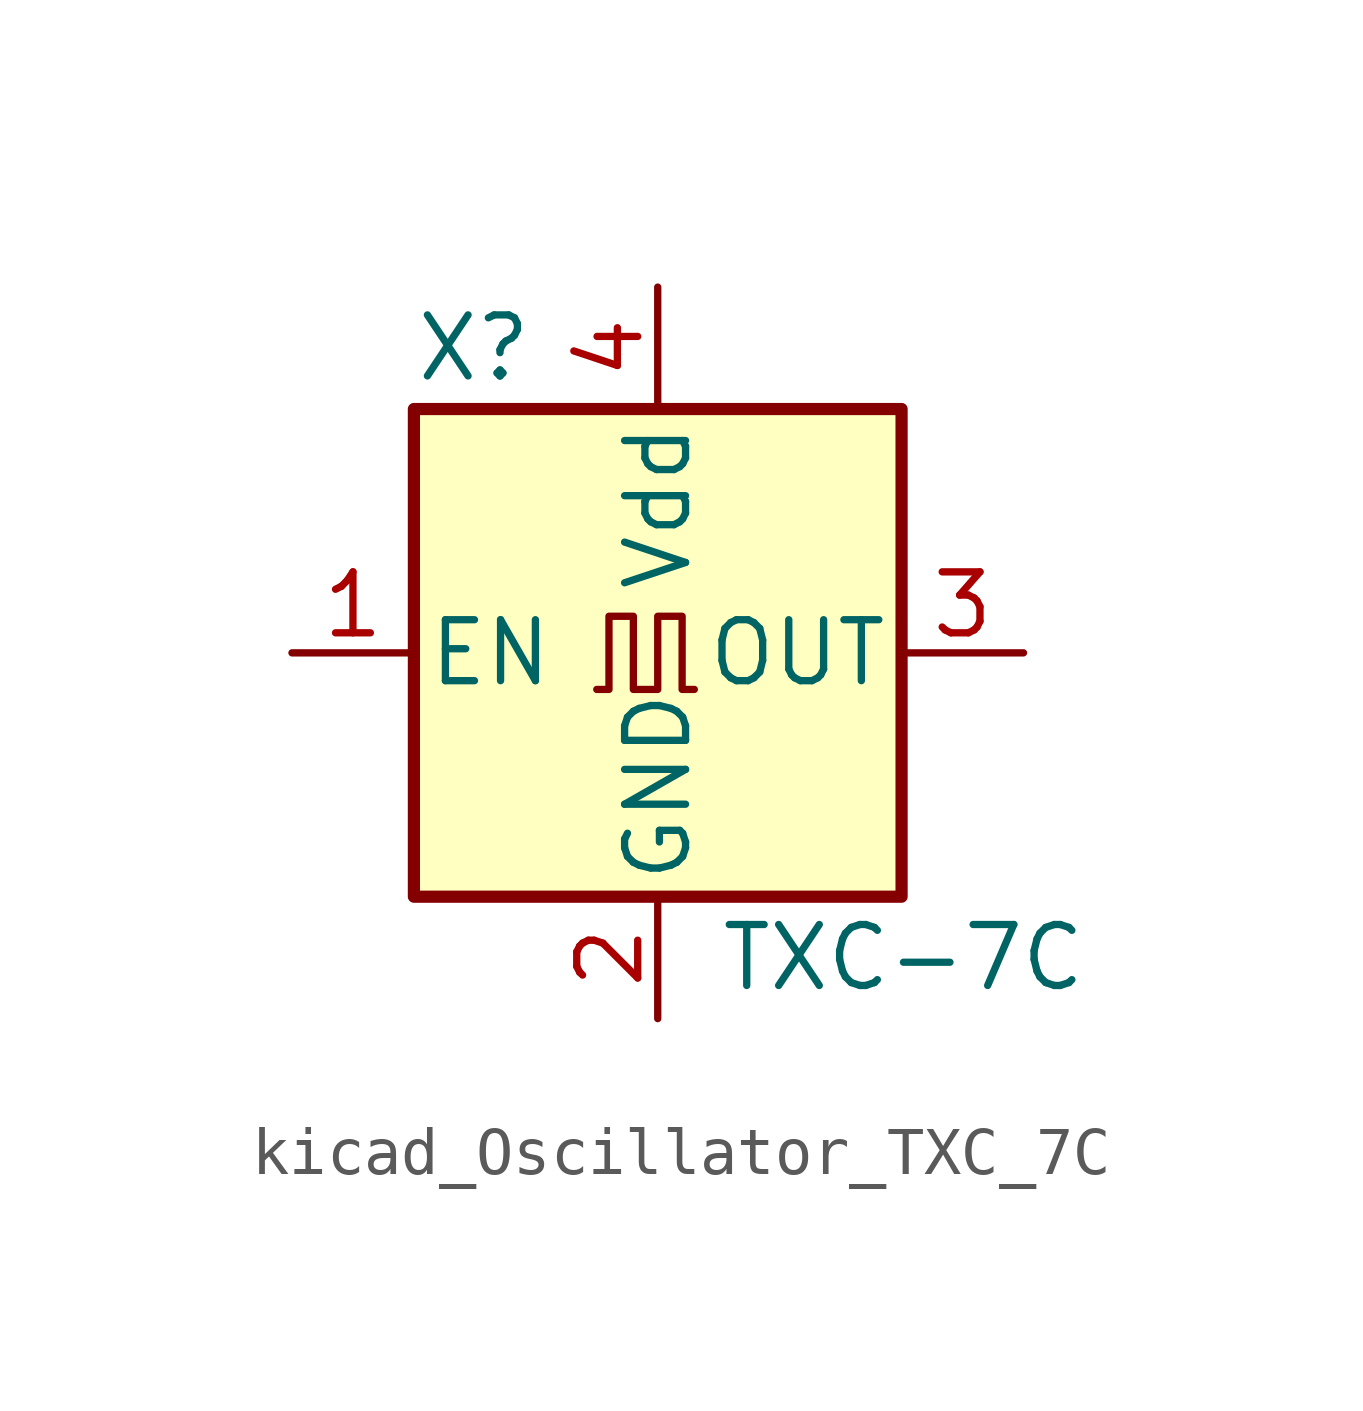
<source format=kicad_sym>
(kicad_symbol_lib
  (version 20220914)
  (generator kicad_symbol_editor)
  (symbol "kicad_Oscillator_TXC_7C"
    (pin_names
      (offset 0.254))
    (property "Reference" "X"
      (at -5.08 6.35 0)
      (effects (font (size 1.27 1.27)) (justify left)))
    (property "Value" "TXC-7C"
      (at 1.27 -6.35 0)
      (effects (font (size 1.27 1.27)) (justify left)))
    (symbol "kicad_Oscillator_TXC_7C_0_1"
      (rectangle (start -5.08 5.08) (end 5.08 -5.08) (stroke (width 0.254) (type default)) (fill (type background)))
      (polyline (pts (xy -1.27 -0.762) (xy -1.016 -0.762) (xy -1.016 0.762) (xy -0.508 0.762) (xy -0.508 -0.762) (xy 0 -0.762) (xy 0 0.762) (xy 0.508 0.762) (xy 0.508 -0.762) (xy 0.762 -0.762)) (stroke (width 0) (type default)) (fill (type none))))
    (symbol "kicad_Oscillator_TXC_7C_1_1"
      (pin input line (at -7.62 0 0) (length 2.54) (name "EN" (effects (font (size 1.27 1.27)))) (number "1" (effects (font (size 1.27 1.27)))))
      (pin power_in line (at 0 -7.62 90) (length 2.54) (name "GND" (effects (font (size 1.27 1.27)))) (number "2" (effects (font (size 1.27 1.27)))))
      (pin output line (at 7.62 0 180) (length 2.54) (name "OUT" (effects (font (size 1.27 1.27)))) (number "3" (effects (font (size 1.27 1.27)))))
      (pin power_in line (at 0 7.62 270) (length 2.54) (name "Vdd" (effects (font (size 1.27 1.27)))) (number "4" (effects (font (size 1.27 1.27))))))))
</source>
